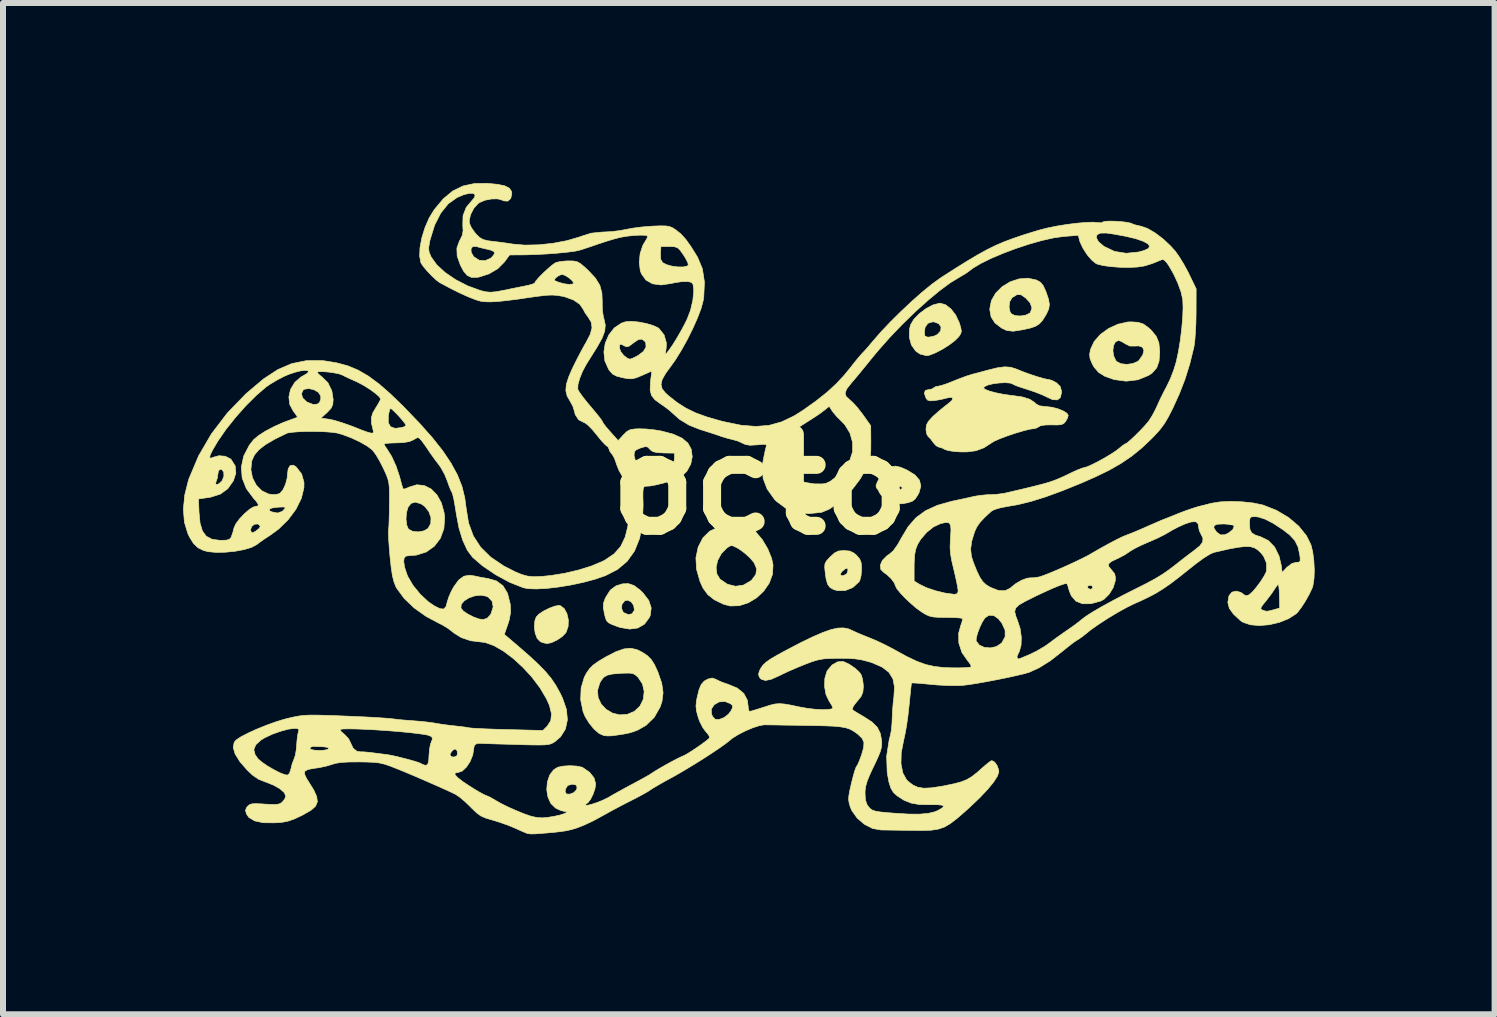
<source format=kicad_pcb>
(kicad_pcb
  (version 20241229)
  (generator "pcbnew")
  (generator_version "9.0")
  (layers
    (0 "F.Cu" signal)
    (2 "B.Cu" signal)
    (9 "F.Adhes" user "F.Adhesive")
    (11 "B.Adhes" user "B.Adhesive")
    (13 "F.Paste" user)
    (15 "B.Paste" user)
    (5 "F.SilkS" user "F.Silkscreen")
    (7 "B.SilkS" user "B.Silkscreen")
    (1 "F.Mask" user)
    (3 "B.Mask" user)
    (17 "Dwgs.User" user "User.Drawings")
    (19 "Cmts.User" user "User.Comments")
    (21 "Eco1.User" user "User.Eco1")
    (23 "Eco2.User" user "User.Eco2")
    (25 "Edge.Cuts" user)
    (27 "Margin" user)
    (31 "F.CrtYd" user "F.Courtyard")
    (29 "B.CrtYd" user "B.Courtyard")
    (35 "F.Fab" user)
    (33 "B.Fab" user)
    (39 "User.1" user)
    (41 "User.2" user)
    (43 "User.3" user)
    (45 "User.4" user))
  (footprint "octo"
    (layer "F.Cu")
    (at 9.613 5.022)
    (property "Reference" "octo" (at 0 0 0) (layer "F.SilkS") (effects (font (size 1.524 1.524) (thickness 0.3))))
    (attr through_hole)
    (fp_poly (pts (xy -3.332 2.017) (xy -3.264 2.066) (xy -3.217 2.151) (xy -3.193 2.257) (xy -3.197 2.367) (xy -3.231 2.464) (xy -3.236 2.472) (xy -3.296 2.534) (xy -3.383 2.593) (xy -3.475 2.636) (xy -3.548 2.651) (xy -3.614 2.637) (xy -3.66 2.619) (xy -3.712 2.566) (xy -3.746 2.478) (xy -3.76 2.373) (xy -3.751 2.269) (xy -3.729 2.209) (xy -3.683 2.16) (xy -3.604 2.108) (xy -3.509 2.061) (xy -3.418 2.027) (xy -3.347 2.015) (xy -3.332 2.017)) (stroke (width 0.01) (type solid)) (fill yes) (layer "F.SilkS"))
    (fp_poly (pts (xy 2.338 -0.288) (xy 2.448 -0.241) (xy 2.58 -0.16) (xy 2.657 -0.072) (xy 2.68 0.027) (xy 2.649 0.139) (xy 2.623 0.186) (xy 2.583 0.244) (xy 2.538 0.279) (xy 2.473 0.302) (xy 2.371 0.322) (xy 2.271 0.32) (xy 2.16 0.28) (xy 2.148 0.275) (xy 2.068 0.223) (xy 2.008 0.165) (xy 1.994 0.141) (xy 1.962 0.082) (xy 1.938 0.053) (xy 1.937 0.042) (xy 2.297 0.042) (xy 2.3 0.056) (xy 2.336 0.084) (xy 2.344 0.085) (xy 2.37 0.063) (xy 2.371 0.056) (xy 2.348 0.032) (xy 2.327 0.028) (xy 2.297 0.042) (xy 1.937 0.042) (xy 1.933 0.018) (xy 1.956 -0.044) (xy 1.998 -0.119) (xy 2.052 -0.192) (xy 2.108 -0.248) (xy 2.113 -0.252) (xy 2.186 -0.294) (xy 2.255 -0.306) (xy 2.338 -0.288)) (stroke (width 0.01) (type solid)) (fill yes) (layer "F.SilkS"))
    (fp_poly (pts (xy -2.099 1.684) (xy -1.999 1.759) (xy -1.949 1.808) (xy -1.853 1.933) (xy -1.813 2.056) (xy -1.828 2.179) (xy -1.844 2.217) (xy -1.924 2.326) (xy -2.035 2.391) (xy -2.173 2.41) (xy -2.332 2.382) (xy -2.362 2.372) (xy -2.463 2.335) (xy -2.524 2.304) (xy -2.559 2.267) (xy -2.579 2.21) (xy -2.595 2.141) (xy -2.607 2.065) (xy -2.308 2.065) (xy -2.279 2.128) (xy -2.268 2.137) (xy -2.194 2.168) (xy -2.132 2.155) (xy -2.097 2.101) (xy -2.094 2.087) (xy -2.105 2.015) (xy -2.146 1.957) (xy -2.202 1.928) (xy -2.252 1.937) (xy -2.299 1.994) (xy -2.308 2.065) (xy -2.607 2.065) (xy -2.611 2.046) (xy -2.607 1.976) (xy -2.58 1.901) (xy -2.567 1.875) (xy -2.494 1.76) (xy -2.4 1.69) (xy -2.293 1.656) (xy -2.192 1.652) (xy -2.099 1.684)) (stroke (width 0.01) (type solid)) (fill yes) (layer "F.SilkS"))
    (fp_poly (pts (xy 1.497 1.11) (xy 1.568 1.145) (xy 1.611 1.183) (xy 1.661 1.242) (xy 1.686 1.304) (xy 1.692 1.391) (xy 1.692 1.416) (xy 1.684 1.519) (xy 1.663 1.599) (xy 1.651 1.621) (xy 1.548 1.716) (xy 1.424 1.767) (xy 1.293 1.77) (xy 1.227 1.751) (xy 1.166 1.716) (xy 1.126 1.661) (xy 1.101 1.572) (xy 1.093 1.516) (xy 1.343 1.516) (xy 1.385 1.52) (xy 1.39 1.519) (xy 1.447 1.487) (xy 1.463 1.444) (xy 1.464 1.398) (xy 1.438 1.398) (xy 1.417 1.408) (xy 1.364 1.452) (xy 1.344 1.483) (xy 1.343 1.516) (xy 1.093 1.516) (xy 1.088 1.48) (xy 1.078 1.384) (xy 1.082 1.323) (xy 1.106 1.276) (xy 1.156 1.221) (xy 1.172 1.204) (xy 1.244 1.14) (xy 1.308 1.109) (xy 1.389 1.101) (xy 1.402 1.101) (xy 1.497 1.11)) (stroke (width 0.01) (type solid)) (fill yes) (layer "F.SilkS"))
    (fp_poly (pts (xy 3.092 -2.994) (xy 3.181 -2.925) (xy 3.26 -2.824) (xy 3.317 -2.702) (xy 3.321 -2.693) (xy 3.347 -2.604) (xy 3.355 -2.55) (xy 3.343 -2.509) (xy 3.312 -2.462) (xy 3.247 -2.397) (xy 3.151 -2.324) (xy 3.038 -2.253) (xy 2.925 -2.194) (xy 2.827 -2.155) (xy 2.773 -2.146) (xy 2.666 -2.173) (xy 2.594 -2.223) (xy 2.523 -2.323) (xy 2.488 -2.451) (xy 2.49 -2.528) (xy 2.738 -2.528) (xy 2.747 -2.475) (xy 2.788 -2.456) (xy 2.816 -2.455) (xy 2.9 -2.472) (xy 2.957 -2.499) (xy 3.011 -2.561) (xy 3.016 -2.626) (xy 2.978 -2.679) (xy 2.902 -2.708) (xy 2.874 -2.709) (xy 2.797 -2.685) (xy 2.75 -2.617) (xy 2.738 -2.528) (xy 2.49 -2.528) (xy 2.492 -2.593) (xy 2.509 -2.66) (xy 2.563 -2.752) (xy 2.654 -2.846) (xy 2.766 -2.93) (xy 2.884 -2.992) (xy 2.99 -3.019) (xy 3.003 -3.02) (xy 3.092 -2.994)) (stroke (width 0.01) (type solid)) (fill yes) (layer "F.SilkS"))
    (fp_poly (pts (xy 4.61 -3.405) (xy 4.612 -3.403) (xy 4.673 -3.369) (xy 4.718 -3.314) (xy 4.76 -3.223) (xy 4.767 -3.205) (xy 4.807 -3.087) (xy 4.822 -3) (xy 4.811 -2.924) (xy 4.773 -2.841) (xy 4.752 -2.805) (xy 4.704 -2.73) (xy 4.653 -2.675) (xy 4.589 -2.635) (xy 4.501 -2.605) (xy 4.378 -2.578) (xy 4.219 -2.553) (xy 4.112 -2.565) (xy 4.029 -2.604) (xy 3.915 -2.691) (xy 3.851 -2.79) (xy 3.829 -2.912) (xy 3.829 -2.926) (xy 3.835 -2.959) (xy 4.15 -2.959) (xy 4.166 -2.877) (xy 4.189 -2.842) (xy 4.252 -2.813) (xy 4.34 -2.807) (xy 4.43 -2.822) (xy 4.496 -2.855) (xy 4.506 -2.866) (xy 4.531 -2.942) (xy 4.5 -3.027) (xy 4.425 -3.109) (xy 4.348 -3.161) (xy 4.28 -3.162) (xy 4.203 -3.114) (xy 4.198 -3.11) (xy 4.161 -3.046) (xy 4.15 -2.959) (xy 3.835 -2.959) (xy 3.855 -3.063) (xy 3.927 -3.188) (xy 4.035 -3.295) (xy 4.167 -3.376) (xy 4.314 -3.425) (xy 4.465 -3.437) (xy 4.61 -3.405)) (stroke (width 0.01) (type solid)) (fill yes) (layer "F.SilkS"))
    (fp_poly (pts (xy 6.298 -2.702) (xy 6.386 -2.674) (xy 6.47 -2.614) (xy 6.52 -2.568) (xy 6.602 -2.469) (xy 6.646 -2.36) (xy 6.66 -2.22) (xy 6.66 -2.204) (xy 6.649 -2.054) (xy 6.61 -1.944) (xy 6.538 -1.861) (xy 6.475 -1.817) (xy 6.295 -1.744) (xy 6.1 -1.721) (xy 5.9 -1.748) (xy 5.898 -1.749) (xy 5.749 -1.801) (xy 5.642 -1.867) (xy 5.566 -1.955) (xy 5.534 -2.013) (xy 5.499 -2.098) (xy 5.492 -2.169) (xy 5.504 -2.231) (xy 5.88 -2.231) (xy 5.892 -2.144) (xy 5.927 -2.067) (xy 5.944 -2.047) (xy 6.013 -2.012) (xy 6.11 -2.001) (xy 6.21 -2.014) (xy 6.293 -2.049) (xy 6.314 -2.067) (xy 6.377 -2.157) (xy 6.397 -2.233) (xy 6.374 -2.286) (xy 6.31 -2.309) (xy 6.255 -2.306) (xy 6.162 -2.306) (xy 6.086 -2.344) (xy 6.023 -2.383) (xy 5.973 -2.399) (xy 5.922 -2.375) (xy 5.89 -2.314) (xy 5.88 -2.231) (xy 5.504 -2.231) (xy 5.508 -2.253) (xy 5.568 -2.382) (xy 5.672 -2.5) (xy 5.808 -2.599) (xy 5.963 -2.67) (xy 6.127 -2.707) (xy 6.183 -2.709) (xy 6.298 -2.702)) (stroke (width 0.01) (type solid)) (fill yes) (layer "F.SilkS"))
    (fp_poly (pts (xy -0.384 0.682) (xy -0.272 0.689) (xy -0.198 0.703) (xy -0.144 0.728) (xy -0.09 0.771) (xy -0.07 0.791) (xy 0.039 0.92) (xy 0.13 1.074) (xy 0.194 1.233) (xy 0.217 1.342) (xy 0.208 1.497) (xy 0.154 1.644) (xy 0.062 1.777) (xy -0.057 1.889) (xy -0.196 1.972) (xy -0.345 2.02) (xy -0.496 2.025) (xy -0.607 1.996) (xy -0.76 1.922) (xy -0.869 1.836) (xy -0.949 1.727) (xy -0.999 1.617) (xy -1.058 1.41) (xy -1.059 1.382) (xy -0.731 1.382) (xy -0.719 1.49) (xy -0.668 1.576) (xy -0.666 1.578) (xy -0.541 1.663) (xy -0.408 1.696) (xy -0.276 1.677) (xy -0.154 1.606) (xy -0.136 1.59) (xy -0.069 1.498) (xy -0.056 1.404) (xy -0.099 1.303) (xy -0.167 1.223) (xy -0.251 1.147) (xy -0.34 1.081) (xy -0.378 1.058) (xy -0.444 1.025) (xy -0.486 1.019) (xy -0.528 1.042) (xy -0.554 1.06) (xy -0.645 1.153) (xy -0.705 1.265) (xy -0.731 1.382) (xy -1.059 1.382) (xy -1.068 1.223) (xy -1.03 1.043) (xy -1.029 1.041) (xy -0.951 0.889) (xy -0.839 0.779) (xy -0.691 0.71) (xy -0.504 0.681) (xy -0.384 0.682)) (stroke (width 0.01) (type solid)) (fill yes) (layer "F.SilkS"))
    (fp_poly (pts (xy -2.053 2.751) (xy -1.961 2.796) (xy -1.876 2.853) (xy -1.813 2.916) (xy -1.759 3) (xy -1.703 3.122) (xy -1.699 3.132) (xy -1.637 3.313) (xy -1.615 3.469) (xy -1.633 3.615) (xy -1.663 3.706) (xy -1.761 3.879) (xy -1.897 4.012) (xy -2.033 4.09) (xy -2.104 4.118) (xy -2.177 4.14) (xy -2.267 4.158) (xy -2.39 4.177) (xy -2.469 4.188) (xy -2.542 4.19) (xy -2.601 4.184) (xy -2.679 4.15) (xy -2.765 4.076) (xy -2.847 3.976) (xy -2.916 3.862) (xy -2.948 3.784) (xy -2.988 3.588) (xy -2.982 3.431) (xy -2.707 3.431) (xy -2.697 3.551) (xy -2.647 3.658) (xy -2.565 3.746) (xy -2.459 3.809) (xy -2.338 3.839) (xy -2.21 3.83) (xy -2.094 3.781) (xy -2 3.693) (xy -1.944 3.578) (xy -1.93 3.45) (xy -1.958 3.324) (xy -2.03 3.215) (xy -2.032 3.213) (xy -2.075 3.174) (xy -2.116 3.152) (xy -2.174 3.143) (xy -2.262 3.144) (xy -2.327 3.147) (xy -2.457 3.158) (xy -2.545 3.178) (xy -2.605 3.213) (xy -2.65 3.272) (xy -2.669 3.306) (xy -2.707 3.431) (xy -2.982 3.431) (xy -2.981 3.393) (xy -2.928 3.213) (xy -2.891 3.143) (xy -2.84 3.07) (xy -2.779 3.009) (xy -2.694 2.948) (xy -2.574 2.876) (xy -2.557 2.867) (xy -2.397 2.785) (xy -2.267 2.74) (xy -2.156 2.729) (xy -2.053 2.751)) (stroke (width 0.01) (type solid)) (fill yes) (layer "F.SilkS"))
    (fp_poly (pts (xy 4.177 -1.953) (xy 4.269 -1.924) (xy 4.276 -1.921) (xy 4.382 -1.878) (xy 4.503 -1.834) (xy 4.622 -1.795) (xy 4.725 -1.765) (xy 4.795 -1.75) (xy 4.808 -1.749) (xy 4.865 -1.734) (xy 4.936 -1.696) (xy 4.942 -1.691) (xy 5.003 -1.632) (xy 5.023 -1.556) (xy 5.024 -1.535) (xy 5.006 -1.45) (xy 4.956 -1.409) (xy 4.875 -1.413) (xy 4.784 -1.455) (xy 4.699 -1.495) (xy 4.584 -1.54) (xy 4.463 -1.581) (xy 4.459 -1.582) (xy 4.355 -1.615) (xy 4.272 -1.644) (xy 4.224 -1.666) (xy 4.221 -1.669) (xy 4.17 -1.689) (xy 4.086 -1.696) (xy 3.987 -1.691) (xy 3.885 -1.678) (xy 3.798 -1.657) (xy 3.74 -1.63) (xy 3.725 -1.607) (xy 3.751 -1.584) (xy 3.821 -1.557) (xy 3.921 -1.529) (xy 4.041 -1.505) (xy 4.167 -1.486) (xy 4.204 -1.482) (xy 4.373 -1.458) (xy 4.496 -1.419) (xy 4.581 -1.362) (xy 4.599 -1.342) (xy 4.658 -1.31) (xy 4.762 -1.298) (xy 4.766 -1.298) (xy 4.863 -1.287) (xy 4.963 -1.261) (xy 5.053 -1.225) (xy 5.115 -1.185) (xy 5.136 -1.151) (xy 5.121 -1.101) (xy 5.092 -1.05) (xy 5.061 -1.015) (xy 5.019 -0.997) (xy 4.949 -0.991) (xy 4.866 -0.993) (xy 4.751 -0.991) (xy 4.674 -0.978) (xy 4.651 -0.965) (xy 4.594 -0.935) (xy 4.57 -0.931) (xy 4.497 -0.921) (xy 4.389 -0.894) (xy 4.26 -0.856) (xy 4.126 -0.811) (xy 4.003 -0.765) (xy 3.907 -0.723) (xy 3.86 -0.695) (xy 3.73 -0.611) (xy 3.599 -0.562) (xy 3.447 -0.542) (xy 3.342 -0.542) (xy 3.231 -0.55) (xy 3.14 -0.564) (xy 3.084 -0.581) (xy 3.08 -0.584) (xy 3.018 -0.614) (xy 2.985 -0.62) (xy 2.937 -0.643) (xy 2.888 -0.696) (xy 2.887 -0.699) (xy 2.842 -0.76) (xy 2.802 -0.799) (xy 2.778 -0.84) (xy 2.766 -0.911) (xy 2.766 -0.922) (xy 2.774 -0.991) (xy 2.806 -1.052) (xy 2.873 -1.125) (xy 2.888 -1.14) (xy 2.98 -1.222) (xy 3.08 -1.303) (xy 3.127 -1.339) (xy 3.195 -1.396) (xy 3.214 -1.436) (xy 3.187 -1.453) (xy 3.114 -1.441) (xy 3.107 -1.439) (xy 3.031 -1.42) (xy 2.935 -1.402) (xy 2.915 -1.399) (xy 2.835 -1.393) (xy 2.791 -1.406) (xy 2.767 -1.437) (xy 2.738 -1.518) (xy 2.754 -1.566) (xy 2.806 -1.58) (xy 2.866 -1.591) (xy 2.893 -1.609) (xy 2.932 -1.632) (xy 2.967 -1.637) (xy 3.019 -1.648) (xy 3.105 -1.676) (xy 3.208 -1.716) (xy 3.224 -1.723) (xy 3.337 -1.768) (xy 3.444 -1.807) (xy 3.523 -1.832) (xy 3.526 -1.833) (xy 3.61 -1.855) (xy 3.719 -1.884) (xy 3.796 -1.905) (xy 3.955 -1.944) (xy 4.077 -1.96) (xy 4.177 -1.953)) (stroke (width 0.01) (type solid)) (fill yes) (layer "F.SilkS"))
    (fp_poly (pts (xy -4.374 -5.001) (xy -4.254 -4.976) (xy -4.178 -4.938) (xy -4.141 -4.885) (xy -4.135 -4.843) (xy -4.154 -4.763) (xy -4.203 -4.721) (xy -4.271 -4.725) (xy -4.293 -4.737) (xy -4.369 -4.758) (xy -4.473 -4.757) (xy -4.582 -4.736) (xy -4.674 -4.697) (xy -4.695 -4.683) (xy -4.768 -4.602) (xy -4.822 -4.499) (xy -4.845 -4.397) (xy -4.841 -4.352) (xy -4.812 -4.284) (xy -4.758 -4.205) (xy -4.731 -4.173) (xy -4.672 -4.115) (xy -4.613 -4.081) (xy -4.535 -4.061) (xy -4.457 -4.051) (xy -4.328 -4.036) (xy -4.192 -4.017) (xy -4.118 -4.005) (xy -3.92 -3.988) (xy -3.69 -3.993) (xy -3.45 -4.018) (xy -3.217 -4.062) (xy -3.013 -4.122) (xy -2.978 -4.135) (xy -2.811 -4.187) (xy -2.637 -4.205) (xy -2.608 -4.206) (xy -2.471 -4.213) (xy -2.322 -4.232) (xy -2.23 -4.25) (xy -2.114 -4.271) (xy -1.968 -4.29) (xy -1.819 -4.302) (xy -1.778 -4.305) (xy -1.651 -4.309) (xy -1.565 -4.307) (xy -1.505 -4.297) (xy -1.454 -4.275) (xy -1.399 -4.239) (xy -1.398 -4.238) (xy -1.317 -4.173) (xy -1.237 -4.085) (xy -1.152 -3.966) (xy -1.053 -3.807) (xy -1.04 -3.785) (xy -0.96 -3.594) (xy -0.926 -3.373) (xy -0.937 -3.126) (xy -0.947 -3.062) (xy -0.98 -2.937) (xy -1.04 -2.778) (xy -1.119 -2.6) (xy -1.211 -2.414) (xy -1.311 -2.235) (xy -1.41 -2.075) (xy -1.478 -1.98) (xy -1.574 -1.848) (xy -1.631 -1.747) (xy -1.649 -1.666) (xy -1.631 -1.595) (xy -1.576 -1.525) (xy -1.524 -1.478) (xy -1.379 -1.364) (xy -1.233 -1.271) (xy -1.075 -1.194) (xy -0.891 -1.127) (xy -0.667 -1.062) (xy -0.594 -1.044) (xy -0.316 -0.987) (xy -0.07 -0.967) (xy 0.152 -0.985) (xy 0.363 -1.044) (xy 0.571 -1.144) (xy 0.72 -1.238) (xy 0.938 -1.394) (xy 1.118 -1.537) (xy 1.269 -1.676) (xy 1.405 -1.822) (xy 1.504 -1.943) (xy 1.579 -2.039) (xy 1.645 -2.119) (xy 1.691 -2.172) (xy 1.703 -2.185) (xy 1.738 -2.221) (xy 1.797 -2.287) (xy 1.867 -2.371) (xy 1.879 -2.385) (xy 2.013 -2.539) (xy 2.173 -2.708) (xy 2.349 -2.882) (xy 2.529 -3.051) (xy 2.704 -3.206) (xy 2.865 -3.337) (xy 3 -3.435) (xy 3.011 -3.443) (xy 3.25 -3.596) (xy 3.452 -3.722) (xy 3.625 -3.825) (xy 3.779 -3.91) (xy 3.923 -3.981) (xy 4.067 -4.043) (xy 4.22 -4.1) (xy 4.39 -4.158) (xy 4.588 -4.219) (xy 4.64 -4.235) (xy 4.779 -4.271) (xy 4.94 -4.304) (xy 5.112 -4.332) (xy 5.28 -4.353) (xy 5.432 -4.366) (xy 5.555 -4.37) (xy 5.634 -4.362) (xy 5.69 -4.36) (xy 5.715 -4.374) (xy 5.749 -4.384) (xy 5.822 -4.388) (xy 5.918 -4.386) (xy 6.02 -4.379) (xy 6.112 -4.368) (xy 6.177 -4.354) (xy 6.195 -4.346) (xy 6.239 -4.328) (xy 6.314 -4.31) (xy 6.344 -4.304) (xy 6.453 -4.267) (xy 6.581 -4.193) (xy 6.715 -4.092) (xy 6.842 -3.973) (xy 6.922 -3.883) (xy 6.988 -3.789) (xy 7.063 -3.666) (xy 7.134 -3.536) (xy 7.151 -3.5) (xy 7.267 -3.26) (xy 7.266 -2.85) (xy 7.263 -2.689) (xy 7.255 -2.533) (xy 7.245 -2.399) (xy 7.232 -2.302) (xy 7.229 -2.286) (xy 7.159 -2.002) (xy 7.081 -1.752) (xy 6.987 -1.51) (xy 6.88 -1.274) (xy 6.804 -1.125) (xy 6.736 -1.01) (xy 6.661 -0.91) (xy 6.566 -0.806) (xy 6.521 -0.76) (xy 6.357 -0.605) (xy 6.192 -0.471) (xy 6.015 -0.351) (xy 5.816 -0.237) (xy 5.582 -0.124) (xy 5.348 -0.021) (xy 5.034 0.106) (xy 4.758 0.207) (xy 4.514 0.283) (xy 4.293 0.337) (xy 4.118 0.367) (xy 4.001 0.39) (xy 3.907 0.418) (xy 3.856 0.445) (xy 3.742 0.55) (xy 3.663 0.635) (xy 3.611 0.711) (xy 3.575 0.79) (xy 3.575 0.79) (xy 3.527 0.947) (xy 3.51 1.076) (xy 3.522 1.195) (xy 3.555 1.298) (xy 3.614 1.445) (xy 3.664 1.548) (xy 3.713 1.62) (xy 3.768 1.671) (xy 3.836 1.713) (xy 3.971 1.766) (xy 4.082 1.771) (xy 4.171 1.727) (xy 4.183 1.715) (xy 4.265 1.65) (xy 4.361 1.595) (xy 4.451 1.562) (xy 4.501 1.556) (xy 4.568 1.554) (xy 4.651 1.541) (xy 4.655 1.54) (xy 4.721 1.518) (xy 4.826 1.477) (xy 4.955 1.423) (xy 5.096 1.361) (xy 5.237 1.296) (xy 5.364 1.235) (xy 5.465 1.184) (xy 5.503 1.162) (xy 5.657 1.073) (xy 5.807 0.99) (xy 5.941 0.919) (xy 6.047 0.868) (xy 6.096 0.848) (xy 6.212 0.803) (xy 6.35 0.745) (xy 6.519 0.67) (xy 6.607 0.632) (xy 6.681 0.6) (xy 6.703 0.591) (xy 6.755 0.571) (xy 6.843 0.536) (xy 6.949 0.493) (xy 6.973 0.483) (xy 7.092 0.438) (xy 7.207 0.398) (xy 7.297 0.37) (xy 7.305 0.368) (xy 7.41 0.342) (xy 7.515 0.315) (xy 7.528 0.312) (xy 7.67 0.29) (xy 7.845 0.282) (xy 8.034 0.289) (xy 8.216 0.308) (xy 8.37 0.34) (xy 8.382 0.343) (xy 8.605 0.431) (xy 8.806 0.55) (xy 8.976 0.694) (xy 9.105 0.854) (xy 9.179 1.003) (xy 9.209 1.124) (xy 9.228 1.27) (xy 9.236 1.425) (xy 9.231 1.569) (xy 9.213 1.685) (xy 9.202 1.722) (xy 9.15 1.832) (xy 9.085 1.948) (xy 9.016 2.054) (xy 8.956 2.132) (xy 8.935 2.153) (xy 8.807 2.236) (xy 8.653 2.298) (xy 8.487 2.337) (xy 8.322 2.351) (xy 8.171 2.338) (xy 8.049 2.297) (xy 8.006 2.269) (xy 7.888 2.159) (xy 7.819 2.062) (xy 7.819 2.06) (xy 8.344 2.06) (xy 8.351 2.081) (xy 8.372 2.092) (xy 8.418 2.109) (xy 8.454 2.112) (xy 8.504 2.102) (xy 8.556 2.088) (xy 8.659 2.059) (xy 8.655 1.862) (xy 8.651 1.765) (xy 8.644 1.695) (xy 8.636 1.666) (xy 8.635 1.665) (xy 8.612 1.687) (xy 8.576 1.74) (xy 8.571 1.747) (xy 8.525 1.817) (xy 8.459 1.904) (xy 8.422 1.951) (xy 8.366 2.02) (xy 8.344 2.06) (xy 7.819 2.06) (xy 7.795 1.967) (xy 7.811 1.867) (xy 7.817 1.85) (xy 7.864 1.794) (xy 7.936 1.777) (xy 8.015 1.8) (xy 8.047 1.824) (xy 8.091 1.854) (xy 8.132 1.846) (xy 8.163 1.828) (xy 8.212 1.782) (xy 8.276 1.706) (xy 8.342 1.617) (xy 8.398 1.529) (xy 8.433 1.461) (xy 8.44 1.439) (xy 8.439 1.309) (xy 8.392 1.198) (xy 8.345 1.139) (xy 8.292 1.089) (xy 8.236 1.055) (xy 8.169 1.036) (xy 8.081 1.034) (xy 7.965 1.047) (xy 7.813 1.075) (xy 7.617 1.12) (xy 7.562 1.132) (xy 7.495 1.162) (xy 7.394 1.225) (xy 7.269 1.316) (xy 7.158 1.404) (xy 6.984 1.543) (xy 6.841 1.652) (xy 6.715 1.739) (xy 6.595 1.813) (xy 6.468 1.88) (xy 6.322 1.949) (xy 6.237 1.986) (xy 6.109 2.049) (xy 5.957 2.133) (xy 5.796 2.23) (xy 5.644 2.329) (xy 5.514 2.42) (xy 5.445 2.476) (xy 5.369 2.536) (xy 5.299 2.585) (xy 5.282 2.594) (xy 5.23 2.629) (xy 5.151 2.689) (xy 5.059 2.763) (xy 5.035 2.783) (xy 4.838 2.937) (xy 4.651 3.054) (xy 4.487 3.129) (xy 4.401 3.154) (xy 4.273 3.184) (xy 4.115 3.219) (xy 3.942 3.254) (xy 3.768 3.287) (xy 3.604 3.316) (xy 3.466 3.337) (xy 3.373 3.348) (xy 3.259 3.352) (xy 3.112 3.349) (xy 2.954 3.341) (xy 2.854 3.332) (xy 2.726 3.32) (xy 2.621 3.311) (xy 2.55 3.307) (xy 2.525 3.308) (xy 2.52 3.337) (xy 2.511 3.413) (xy 2.5 3.522) (xy 2.487 3.656) (xy 2.484 3.683) (xy 2.466 3.846) (xy 2.443 4.013) (xy 2.416 4.162) (xy 2.393 4.266) (xy 2.353 4.472) (xy 2.349 4.654) (xy 2.379 4.806) (xy 2.442 4.92) (xy 2.465 4.944) (xy 2.546 5.007) (xy 2.629 5.045) (xy 2.729 5.061) (xy 2.855 5.055) (xy 3.02 5.03) (xy 3.065 5.022) (xy 3.228 4.988) (xy 3.35 4.956) (xy 3.446 4.918) (xy 3.53 4.868) (xy 3.618 4.799) (xy 3.684 4.74) (xy 3.762 4.672) (xy 3.825 4.622) (xy 3.86 4.601) (xy 3.862 4.6) (xy 3.909 4.625) (xy 3.951 4.684) (xy 3.977 4.759) (xy 3.979 4.788) (xy 3.957 4.858) (xy 3.894 4.957) (xy 3.793 5.08) (xy 3.659 5.222) (xy 3.496 5.377) (xy 3.414 5.451) (xy 3.279 5.568) (xy 3.169 5.652) (xy 3.071 5.709) (xy 2.969 5.743) (xy 2.851 5.761) (xy 2.703 5.766) (xy 2.54 5.764) (xy 2.383 5.762) (xy 2.237 5.76) (xy 2.115 5.758) (xy 2.032 5.757) (xy 2.017 5.757) (xy 1.876 5.732) (xy 1.738 5.661) (xy 1.618 5.558) (xy 1.529 5.432) (xy 1.505 5.375) (xy 1.486 5.311) (xy 1.477 5.255) (xy 1.48 5.191) (xy 1.495 5.103) (xy 1.523 4.98) (xy 1.552 4.865) (xy 1.579 4.771) (xy 1.6 4.712) (xy 1.608 4.699) (xy 1.629 4.667) (xy 1.659 4.595) (xy 1.693 4.503) (xy 1.727 4.383) (xy 1.732 4.299) (xy 1.703 4.232) (xy 1.637 4.167) (xy 1.601 4.139) (xy 1.548 4.103) (xy 1.493 4.075) (xy 1.428 4.054) (xy 1.345 4.039) (xy 1.235 4.028) (xy 1.09 4.022) (xy 0.902 4.017) (xy 0.762 4.015) (xy 0.579 4.012) (xy 0.409 4.01) (xy 0.262 4.007) (xy 0.148 4.006) (xy 0.079 4.005) (xy 0.073 4.004) (xy -0.009 4.018) (xy -0.12 4.054) (xy -0.245 4.107) (xy -0.364 4.168) (xy -0.462 4.229) (xy -0.498 4.259) (xy -0.566 4.313) (xy -0.672 4.389) (xy -0.807 4.48) (xy -0.96 4.579) (xy -1.121 4.679) (xy -1.279 4.774) (xy -1.424 4.858) (xy -1.468 4.882) (xy -1.593 4.95) (xy -1.703 5.013) (xy -1.786 5.062) (xy -1.832 5.092) (xy -1.834 5.094) (xy -1.876 5.121) (xy -1.956 5.166) (xy -2.062 5.223) (xy -2.159 5.272) (xy -2.305 5.347) (xy -2.463 5.431) (xy -2.606 5.51) (xy -2.667 5.544) (xy -2.794 5.612) (xy -2.929 5.675) (xy -3.046 5.721) (xy -3.07 5.729) (xy -3.149 5.752) (xy -3.23 5.77) (xy -3.325 5.784) (xy -3.446 5.798) (xy -3.603 5.811) (xy -3.745 5.822) (xy -3.82 5.823) (xy -3.872 5.817) (xy -3.915 5.8) (xy -3.992 5.767) (xy -4.082 5.726) (xy -4.203 5.676) (xy -4.346 5.626) (xy -4.461 5.591) (xy -4.572 5.558) (xy -4.653 5.522) (xy -4.725 5.469) (xy -4.809 5.388) (xy -4.824 5.372) (xy -4.913 5.286) (xy -5.002 5.211) (xy -5.073 5.163) (xy -5.081 5.159) (xy -5.208 5.099) (xy -5.373 5.025) (xy -5.558 4.944) (xy -5.749 4.861) (xy -5.93 4.785) (xy -6.033 4.743) (xy -6.157 4.694) (xy -6.253 4.661) (xy -6.338 4.641) (xy -6.429 4.63) (xy -6.544 4.625) (xy -6.668 4.623) (xy -6.843 4.624) (xy -6.974 4.631) (xy -7.07 4.646) (xy -7.133 4.665) (xy -7.23 4.694) (xy -7.35 4.719) (xy -7.422 4.729) (xy -7.528 4.748) (xy -7.583 4.777) (xy -7.589 4.827) (xy -7.552 4.905) (xy -7.528 4.942) (xy -7.437 5.088) (xy -7.386 5.2) (xy -7.375 5.289) (xy -7.406 5.362) (xy -7.482 5.429) (xy -7.604 5.499) (xy -7.636 5.516) (xy -7.761 5.574) (xy -7.861 5.609) (xy -7.962 5.629) (xy -8.087 5.638) (xy -8.278 5.636) (xy -8.421 5.605) (xy -8.517 5.547) (xy -8.556 5.491) (xy -8.573 5.429) (xy -8.552 5.379) (xy -8.539 5.364) (xy -8.508 5.337) (xy -8.468 5.322) (xy -8.405 5.318) (xy -8.305 5.322) (xy -8.252 5.326) (xy -8.131 5.332) (xy -8.052 5.331) (xy -8.001 5.32) (xy -7.964 5.297) (xy -7.958 5.291) (xy -7.916 5.235) (xy -7.902 5.19) (xy -7.928 5.133) (xy -7.998 5.071) (xy -8.101 5.012) (xy -8.227 4.961) (xy -8.241 4.957) (xy -8.354 4.912) (xy -8.455 4.843) (xy -8.541 4.762) (xy -8.666 4.619) (xy -8.745 4.491) (xy -8.767 4.417) (xy -8.434 4.417) (xy -8.412 4.503) (xy -8.362 4.573) (xy -8.299 4.627) (xy -8.209 4.689) (xy -8.105 4.75) (xy -8.004 4.802) (xy -7.92 4.835) (xy -7.874 4.843) (xy -7.84 4.815) (xy -7.817 4.746) (xy -7.816 4.741) (xy -7.794 4.652) (xy -7.764 4.576) (xy -7.764 4.576) (xy -7.742 4.511) (xy -7.726 4.415) (xy -7.724 4.396) (xy -7.5 4.396) (xy -7.482 4.415) (xy -7.427 4.427) (xy -7.351 4.432) (xy -7.273 4.429) (xy -7.21 4.418) (xy -7.183 4.403) (xy -7.196 4.384) (xy -7.257 4.372) (xy -7.294 4.37) (xy -7.379 4.367) (xy -7.442 4.364) (xy -7.455 4.363) (xy -7.493 4.383) (xy -7.5 4.396) (xy -7.724 4.396) (xy -7.721 4.35) (xy -7.713 4.249) (xy -7.701 4.163) (xy -7.692 4.128) (xy -7.683 4.085) (xy -6.999 4.085) (xy -6.978 4.117) (xy -6.928 4.162) (xy -6.917 4.171) (xy -6.855 4.237) (xy -6.817 4.313) (xy -6.816 4.317) (xy -6.778 4.396) (xy -6.715 4.446) (xy -6.653 4.455) (xy -6.609 4.455) (xy -6.519 4.463) (xy -6.379 4.48) (xy -6.195 4.504) (xy -6.131 4.516) (xy -6.045 4.535) (xy -6.025 4.54) (xy -5.864 4.581) (xy -5.75 4.613) (xy -5.677 4.637) (xy -5.638 4.656) (xy -5.631 4.661) (xy -5.581 4.679) (xy -5.56 4.678) (xy -5.533 4.656) (xy -5.519 4.596) (xy -5.515 4.515) (xy -5.514 4.505) (xy -5.165 4.505) (xy -5.144 4.536) (xy -5.098 4.542) (xy -5.055 4.523) (xy -5.043 4.506) (xy -5.044 4.45) (xy -5.052 4.43) (xy -5.079 4.406) (xy -5.118 4.427) (xy -5.12 4.429) (xy -5.157 4.477) (xy -5.165 4.505) (xy -5.514 4.505) (xy -5.507 4.415) (xy -5.491 4.329) (xy -5.478 4.296) (xy -5.457 4.238) (xy -5.472 4.201) (xy -5.533 4.177) (xy -5.594 4.165) (xy -5.721 4.148) (xy -5.874 4.131) (xy -6.045 4.115) (xy -6.224 4.101) (xy -6.403 4.089) (xy -6.574 4.08) (xy -6.727 4.074) (xy -6.854 4.072) (xy -6.946 4.074) (xy -6.994 4.08) (xy -6.999 4.085) (xy -7.683 4.085) (xy -7.683 4.083) (xy -7.709 4.066) (xy -7.755 4.064) (xy -7.859 4.077) (xy -7.99 4.113) (xy -8.128 4.162) (xy -8.251 4.22) (xy -8.311 4.256) (xy -8.4 4.336) (xy -8.434 4.417) (xy -8.767 4.417) (xy -8.777 4.383) (xy -8.761 4.297) (xy -8.728 4.257) (xy -8.648 4.204) (xy -8.528 4.142) (xy -8.381 4.075) (xy -8.221 4.011) (xy -8.061 3.953) (xy -7.915 3.909) (xy -7.891 3.903) (xy -7.782 3.877) (xy -7.689 3.859) (xy -7.601 3.848) (xy -7.504 3.843) (xy -7.384 3.843) (xy -7.228 3.847) (xy -7.126 3.85) (xy -6.837 3.862) (xy -6.588 3.873) (xy -6.384 3.884) (xy -6.227 3.895) (xy -6.122 3.905) (xy -6.096 3.908) (xy -6.036 3.916) (xy -5.938 3.925) (xy -5.819 3.934) (xy -5.771 3.938) (xy -5.641 3.948) (xy -5.519 3.962) (xy -5.425 3.975) (xy -5.405 3.979) (xy -5.315 3.994) (xy -5.198 4.01) (xy -5.1 4.021) (xy -4.992 4.033) (xy -4.899 4.045) (xy -4.846 4.055) (xy -4.799 4.06) (xy -4.706 4.066) (xy -4.576 4.072) (xy -4.417 4.078) (xy -4.241 4.083) (xy -4.2 4.084) (xy -3.617 4.099) (xy -3.544 4.026) (xy -3.486 3.935) (xy -3.474 3.822) (xy -3.508 3.682) (xy -3.557 3.573) (xy -3.664 3.391) (xy -3.798 3.213) (xy -3.95 3.047) (xy -4.111 2.9) (xy -4.274 2.777) (xy -4.432 2.686) (xy -4.576 2.634) (xy -4.656 2.624) (xy -4.821 2.604) (xy -4.979 2.55) (xy -5.107 2.47) (xy -5.122 2.456) (xy -5.201 2.396) (xy -5.3 2.336) (xy -5.343 2.316) (xy -5.566 2.197) (xy -5.765 2.055) (xy -5.93 1.897) (xy -6.05 1.733) (xy -6.068 1.701) (xy -6.098 1.625) (xy -6.124 1.523) (xy -6.145 1.385) (xy -6.164 1.208) (xy -6.177 1.06) (xy -6.186 0.926) (xy -6.19 0.819) (xy -6.189 0.753) (xy -6.188 0.748) (xy -6.183 0.687) (xy -6.179 0.584) (xy -6.179 0.577) (xy -5.898 0.577) (xy -5.887 0.674) (xy -5.859 0.741) (xy -5.854 0.746) (xy -5.784 0.782) (xy -5.69 0.79) (xy -5.596 0.772) (xy -5.532 0.734) (xy -5.486 0.652) (xy -5.482 0.553) (xy -5.517 0.453) (xy -5.585 0.366) (xy -5.646 0.324) (xy -5.742 0.294) (xy -5.816 0.316) (xy -5.866 0.383) (xy -5.891 0.473) (xy -5.898 0.577) (xy -6.179 0.577) (xy -6.176 0.454) (xy -6.174 0.31) (xy -6.174 0.307) (xy -6.174 0.159) (xy -6.176 0.052) (xy -6.185 -0.029) (xy -6.202 -0.098) (xy -6.23 -0.171) (xy -6.272 -0.263) (xy -6.279 -0.277) (xy -6.337 -0.39) (xy -6.397 -0.492) (xy -6.45 -0.564) (xy -6.463 -0.578) (xy -6.549 -0.643) (xy -6.604 -0.674) (xy -6.265 -0.674) (xy -6.25 -0.642) (xy -6.214 -0.589) (xy -6.136 -0.465) (xy -6.064 -0.306) (xy -6.006 -0.133) (xy -5.998 -0.102) (xy -5.974 -0.012) (xy -5.954 0.053) (xy -5.944 0.077) (xy -5.914 0.073) (xy -5.855 0.049) (xy -5.846 0.044) (xy -5.718 0.005) (xy -5.594 0.018) (xy -5.48 0.075) (xy -5.383 0.173) (xy -5.309 0.306) (xy -5.264 0.469) (xy -5.254 0.55) (xy -5.267 0.736) (xy -5.326 0.898) (xy -5.426 1.029) (xy -5.561 1.125) (xy -5.725 1.177) (xy -5.83 1.185) (xy -5.896 1.193) (xy -5.929 1.223) (xy -5.936 1.285) (xy -5.922 1.379) (xy -5.873 1.525) (xy -5.783 1.679) (xy -5.663 1.827) (xy -5.526 1.955) (xy -5.425 2.024) (xy -5.331 2.07) (xy -5.269 2.075) (xy -5.255 2.06) (xy -4.983 2.06) (xy -4.981 2.063) (xy -4.942 2.11) (xy -4.866 2.161) (xy -4.773 2.208) (xy -4.683 2.241) (xy -4.614 2.251) (xy -4.546 2.23) (xy -4.494 2.174) (xy -4.478 2.145) (xy -4.446 2.039) (xy -4.463 1.947) (xy -4.526 1.879) (xy -4.563 1.861) (xy -4.655 1.845) (xy -4.756 1.857) (xy -4.851 1.89) (xy -4.929 1.94) (xy -4.978 1.998) (xy -4.983 2.06) (xy -5.255 2.06) (xy -5.232 2.035) (xy -5.213 1.964) (xy -5.189 1.885) (xy -5.145 1.784) (xy -5.104 1.708) (xy -5.021 1.593) (xy -4.935 1.529) (xy -4.839 1.512) (xy -4.764 1.523) (xy -4.676 1.542) (xy -4.57 1.561) (xy -4.539 1.565) (xy -4.392 1.607) (xy -4.282 1.689) (xy -4.207 1.813) (xy -4.164 1.982) (xy -4.16 2.008) (xy -4.156 2.131) (xy -4.177 2.252) (xy -4.201 2.328) (xy -4.26 2.498) (xy -4.183 2.563) (xy -4.106 2.629) (xy -4.034 2.69) (xy -3.845 2.855) (xy -3.694 2.995) (xy -3.574 3.118) (xy -3.478 3.234) (xy -3.399 3.352) (xy -3.33 3.478) (xy -3.292 3.556) (xy -3.225 3.748) (xy -3.209 3.922) (xy -3.242 4.076) (xy -3.323 4.205) (xy -3.415 4.284) (xy -3.45 4.306) (xy -3.485 4.322) (xy -3.529 4.333) (xy -3.59 4.339) (xy -3.678 4.341) (xy -3.801 4.34) (xy -3.968 4.336) (xy -4.055 4.333) (xy -4.225 4.328) (xy -4.376 4.324) (xy -4.498 4.32) (xy -4.582 4.317) (xy -4.62 4.315) (xy -4.621 4.315) (xy -4.71 4.313) (xy -4.758 4.344) (xy -4.77 4.401) (xy -4.786 4.508) (xy -4.83 4.616) (xy -4.891 4.709) (xy -4.961 4.775) (xy -5.027 4.798) (xy -5.078 4.807) (xy -5.083 4.834) (xy -5.04 4.882) (xy -4.949 4.953) (xy -4.874 5.003) (xy -4.766 5.072) (xy -4.669 5.13) (xy -4.596 5.169) (xy -4.571 5.179) (xy -4.502 5.209) (xy -4.42 5.255) (xy -4.403 5.266) (xy -4.317 5.315) (xy -4.198 5.374) (xy -4.063 5.434) (xy -3.933 5.487) (xy -3.827 5.524) (xy -3.796 5.533) (xy -3.707 5.551) (xy -3.623 5.555) (xy -3.524 5.545) (xy -3.427 5.529) (xy -3.332 5.508) (xy -3.261 5.485) (xy -3.223 5.465) (xy -3.225 5.451) (xy -3.261 5.447) (xy -3.321 5.432) (xy -3.397 5.397) (xy -3.406 5.392) (xy -3.486 5.314) (xy -3.534 5.207) (xy -3.547 5.125) (xy -3.246 5.125) (xy -3.224 5.158) (xy -3.169 5.16) (xy -3.103 5.135) (xy -3.058 5.089) (xy -3.048 5.051) (xy -3.062 5.009) (xy -3.115 4.996) (xy -3.13 4.995) (xy -3.204 5.015) (xy -3.241 5.075) (xy -3.246 5.125) (xy -3.547 5.125) (xy -3.553 5.083) (xy -3.543 4.957) (xy -3.504 4.842) (xy -3.438 4.754) (xy -3.371 4.712) (xy -3.282 4.693) (xy -3.169 4.686) (xy -3.057 4.692) (xy -2.97 4.71) (xy -2.954 4.717) (xy -2.84 4.795) (xy -2.765 4.889) (xy -2.738 4.987) (xy -2.738 4.988) (xy -2.75 5.07) (xy -2.782 5.163) (xy -2.824 5.247) (xy -2.868 5.303) (xy -2.885 5.313) (xy -2.909 5.334) (xy -2.906 5.343) (xy -2.871 5.345) (xy -2.801 5.328) (xy -2.71 5.298) (xy -2.615 5.259) (xy -2.531 5.218) (xy -2.512 5.207) (xy -2.446 5.168) (xy -2.345 5.112) (xy -2.225 5.046) (xy -2.131 4.996) (xy -2.014 4.933) (xy -1.914 4.878) (xy -1.842 4.837) (xy -1.813 4.818) (xy -1.761 4.784) (xy -1.677 4.733) (xy -1.574 4.674) (xy -1.468 4.616) (xy -1.374 4.567) (xy -1.306 4.534) (xy -1.288 4.527) (xy -1.238 4.503) (xy -1.159 4.455) (xy -1.066 4.394) (xy -0.974 4.33) (xy -0.896 4.272) (xy -0.848 4.231) (xy -0.842 4.223) (xy -0.848 4.188) (xy -0.887 4.135) (xy -0.9 4.123) (xy -0.953 4.051) (xy -1.005 3.949) (xy -1.029 3.882) (xy -1.058 3.776) (xy -1.061 3.744) (xy -0.812 3.744) (xy -0.808 3.825) (xy -0.789 3.868) (xy -0.745 3.914) (xy -0.68 3.916) (xy -0.597 3.883) (xy -0.526 3.828) (xy -0.48 3.767) (xy -0.455 3.711) (xy -0.464 3.677) (xy -0.493 3.652) (xy -0.583 3.616) (xy -0.682 3.623) (xy -0.762 3.669) (xy -0.812 3.744) (xy -1.061 3.744) (xy -1.067 3.693) (xy -1.058 3.603) (xy -1.047 3.547) (xy -1.015 3.418) (xy -0.979 3.332) (xy -0.93 3.277) (xy -0.869 3.243) (xy -0.797 3.225) (xy -0.736 3.246) (xy -0.727 3.251) (xy -0.66 3.284) (xy -0.569 3.318) (xy -0.538 3.327) (xy -0.379 3.393) (xy -0.27 3.482) (xy -0.21 3.596) (xy -0.198 3.696) (xy -0.191 3.756) (xy -0.176 3.782) (xy -0.176 3.782) (xy -0.14 3.774) (xy -0.065 3.752) (xy 0.035 3.72) (xy 0.07 3.709) (xy 0.17 3.677) (xy 0.249 3.658) (xy 0.322 3.652) (xy 0.404 3.658) (xy 0.511 3.676) (xy 0.657 3.707) (xy 0.663 3.708) (xy 0.786 3.73) (xy 0.913 3.745) (xy 1.031 3.752) (xy 1.129 3.75) (xy 1.193 3.74) (xy 1.214 3.724) (xy 1.198 3.684) (xy 1.16 3.622) (xy 1.152 3.611) (xy 1.1 3.503) (xy 1.076 3.369) (xy 1.08 3.232) (xy 1.115 3.115) (xy 1.125 3.097) (xy 1.202 3.007) (xy 1.292 2.956) (xy 1.381 2.949) (xy 1.393 2.952) (xy 1.486 2.995) (xy 1.581 3.06) (xy 1.657 3.13) (xy 1.689 3.177) (xy 1.71 3.251) (xy 1.721 3.346) (xy 1.722 3.374) (xy 1.714 3.46) (xy 1.686 3.529) (xy 1.625 3.607) (xy 1.618 3.614) (xy 1.562 3.685) (xy 1.537 3.737) (xy 1.541 3.753) (xy 1.577 3.779) (xy 1.648 3.822) (xy 1.733 3.872) (xy 1.866 3.958) (xy 1.954 4.045) (xy 2.004 4.146) (xy 2.025 4.257) (xy 2.029 4.324) (xy 2.022 4.386) (xy 2.002 4.457) (xy 1.964 4.549) (xy 1.905 4.676) (xy 1.894 4.697) (xy 1.828 4.839) (xy 1.785 4.945) (xy 1.761 5.029) (xy 1.751 5.107) (xy 1.75 5.149) (xy 1.757 5.257) (xy 1.782 5.332) (xy 1.813 5.376) (xy 1.843 5.407) (xy 1.878 5.429) (xy 1.928 5.444) (xy 2.005 5.457) (xy 2.119 5.468) (xy 2.244 5.478) (xy 2.477 5.492) (xy 2.661 5.493) (xy 2.805 5.48) (xy 2.916 5.453) (xy 2.966 5.431) (xy 3.037 5.39) (xy 3.061 5.361) (xy 3.036 5.344) (xy 2.959 5.336) (xy 2.832 5.336) (xy 2.657 5.333) (xy 2.519 5.309) (xy 2.399 5.261) (xy 2.284 5.187) (xy 2.224 5.132) (xy 2.181 5.061) (xy 2.149 4.962) (xy 2.123 4.822) (xy 2.119 4.789) (xy 2.11 4.528) (xy 2.153 4.252) (xy 2.173 4.177) (xy 2.189 4.093) (xy 2.199 3.982) (xy 2.202 3.909) (xy 2.207 3.785) (xy 2.219 3.642) (xy 2.23 3.549) (xy 2.241 3.376) (xy 2.215 3.239) (xy 2.148 3.13) (xy 2.035 3.043) (xy 1.872 2.972) (xy 1.823 2.956) (xy 1.706 2.925) (xy 1.59 2.906) (xy 1.454 2.897) (xy 1.312 2.896) (xy 1.168 2.899) (xy 1.06 2.906) (xy 0.969 2.922) (xy 0.874 2.95) (xy 0.755 2.995) (xy 0.744 2.999) (xy 0.608 3.055) (xy 0.467 3.116) (xy 0.348 3.173) (xy 0.315 3.189) (xy 0.185 3.247) (xy 0.089 3.266) (xy 0.021 3.245) (xy -0.011 3.21) (xy -0.025 3.163) (xy -0.008 3.103) (xy 0.017 3.056) (xy 0.052 3.008) (xy 0.103 2.96) (xy 0.18 2.906) (xy 0.292 2.841) (xy 0.426 2.768) (xy 0.672 2.639) (xy 0.877 2.54) (xy 1.045 2.467) (xy 1.183 2.418) (xy 1.297 2.393) (xy 1.392 2.39) (xy 1.475 2.406) (xy 1.54 2.435) (xy 1.608 2.467) (xy 1.708 2.509) (xy 1.818 2.553) (xy 1.82 2.554) (xy 1.939 2.603) (xy 2.08 2.67) (xy 2.219 2.742) (xy 2.258 2.764) (xy 2.452 2.87) (xy 2.615 2.947) (xy 2.76 3) (xy 2.903 3.032) (xy 3.056 3.05) (xy 3.185 3.055) (xy 3.312 3.056) (xy 3.418 3.053) (xy 3.49 3.047) (xy 3.516 3.041) (xy 3.513 3.009) (xy 3.477 2.957) (xy 3.464 2.942) (xy 3.365 2.801) (xy 3.313 2.642) (xy 3.312 2.608) (xy 3.601 2.608) (xy 3.602 2.609) (xy 3.655 2.677) (xy 3.74 2.715) (xy 3.841 2.723) (xy 3.941 2.7) (xy 4.024 2.644) (xy 4.029 2.638) (xy 4.084 2.538) (xy 4.084 2.428) (xy 4.029 2.309) (xy 3.971 2.237) (xy 3.895 2.184) (xy 3.815 2.179) (xy 3.749 2.223) (xy 3.706 2.288) (xy 3.663 2.377) (xy 3.627 2.473) (xy 3.604 2.555) (xy 3.601 2.608) (xy 3.312 2.608) (xy 3.31 2.477) (xy 3.345 2.351) (xy 3.368 2.282) (xy 3.373 2.238) (xy 3.37 2.232) (xy 3.336 2.225) (xy 3.26 2.219) (xy 3.154 2.216) (xy 3.094 2.215) (xy 2.969 2.214) (xy 2.882 2.207) (xy 2.816 2.191) (xy 2.754 2.162) (xy 2.691 2.123) (xy 2.686 2.119) (xy 4.244 2.119) (xy 4.265 2.202) (xy 4.289 2.262) (xy 4.334 2.4) (xy 4.354 2.545) (xy 4.35 2.679) (xy 4.321 2.784) (xy 4.31 2.803) (xy 4.282 2.865) (xy 4.291 2.902) (xy 4.309 2.907) (xy 4.339 2.897) (xy 4.405 2.87) (xy 4.492 2.834) (xy 4.612 2.775) (xy 4.741 2.699) (xy 4.82 2.644) (xy 4.931 2.561) (xy 5.055 2.473) (xy 5.132 2.42) (xy 5.226 2.354) (xy 5.311 2.29) (xy 5.361 2.249) (xy 5.43 2.197) (xy 5.542 2.125) (xy 5.69 2.039) (xy 5.865 1.943) (xy 6.058 1.841) (xy 6.251 1.744) (xy 6.436 1.651) (xy 6.582 1.572) (xy 6.703 1.499) (xy 6.813 1.423) (xy 6.926 1.337) (xy 6.947 1.32) (xy 7.051 1.238) (xy 7.161 1.154) (xy 7.231 1.102) (xy 7.329 1.023) (xy 7.377 0.956) (xy 7.38 0.892) (xy 7.354 0.841) (xy 7.32 0.771) (xy 7.311 0.725) (xy 7.562 0.725) (xy 7.605 0.789) (xy 7.61 0.795) (xy 7.672 0.84) (xy 7.744 0.838) (xy 7.798 0.814) (xy 7.876 0.755) (xy 7.902 0.691) (xy 7.876 0.676) (xy 7.81 0.664) (xy 7.754 0.66) (xy 8.156 0.66) (xy 8.163 0.75) (xy 8.193 0.807) (xy 8.257 0.845) (xy 8.342 0.872) (xy 8.471 0.935) (xy 8.575 1.043) (xy 8.648 1.192) (xy 8.683 1.339) (xy 8.7 1.466) (xy 8.778 1.382) (xy 8.864 1.316) (xy 8.933 1.298) (xy 8.98 1.295) (xy 9 1.275) (xy 9 1.224) (xy 8.993 1.171) (xy 8.965 1.041) (xy 8.913 0.936) (xy 8.827 0.842) (xy 8.714 0.754) (xy 8.549 0.646) (xy 8.414 0.577) (xy 8.303 0.542) (xy 8.244 0.536) (xy 8.189 0.54) (xy 8.164 0.561) (xy 8.157 0.615) (xy 8.156 0.66) (xy 7.754 0.66) (xy 7.733 0.658) (xy 7.624 0.662) (xy 7.568 0.684) (xy 7.562 0.725) (xy 7.311 0.725) (xy 7.31 0.719) (xy 7.298 0.651) (xy 7.259 0.62) (xy 7.185 0.624) (xy 7.091 0.654) (xy 6.979 0.703) (xy 6.867 0.761) (xy 6.819 0.79) (xy 6.736 0.838) (xy 6.622 0.895) (xy 6.499 0.949) (xy 6.477 0.958) (xy 6.36 1.009) (xy 6.252 1.062) (xy 6.173 1.108) (xy 6.161 1.117) (xy 6.076 1.173) (xy 5.974 1.227) (xy 5.945 1.24) (xy 5.852 1.285) (xy 5.808 1.324) (xy 5.81 1.365) (xy 5.853 1.419) (xy 5.859 1.426) (xy 5.909 1.488) (xy 5.923 1.553) (xy 5.919 1.609) (xy 5.884 1.721) (xy 5.817 1.829) (xy 5.733 1.912) (xy 5.679 1.942) (xy 5.513 1.987) (xy 5.374 1.988) (xy 5.265 1.945) (xy 5.19 1.859) (xy 5.183 1.846) (xy 5.153 1.772) (xy 5.137 1.715) (xy 5.136 1.709) (xy 5.456 1.709) (xy 5.466 1.732) (xy 5.512 1.748) (xy 5.544 1.725) (xy 5.536 1.695) (xy 5.518 1.683) (xy 5.475 1.683) (xy 5.456 1.709) (xy 5.136 1.709) (xy 5.136 1.708) (xy 5.119 1.661) (xy 5.108 1.651) (xy 5.072 1.656) (xy 4.994 1.682) (xy 4.883 1.727) (xy 4.748 1.788) (xy 4.596 1.859) (xy 4.438 1.938) (xy 4.42 1.947) (xy 4.316 2.006) (xy 4.26 2.059) (xy 4.244 2.119) (xy 2.686 2.119) (xy 2.605 2.061) (xy 2.511 1.98) (xy 2.419 1.893) (xy 2.339 1.809) (xy 2.281 1.738) (xy 2.257 1.69) (xy 2.257 1.688) (xy 2.235 1.635) (xy 2.183 1.567) (xy 2.117 1.504) (xy 2.067 1.47) (xy 2.013 1.417) (xy 2.007 1.364) (xy 2.568 1.364) (xy 2.568 1.609) (xy 2.66 1.665) (xy 2.776 1.721) (xy 2.925 1.771) (xy 3.085 1.81) (xy 3.233 1.83) (xy 3.239 1.831) (xy 3.289 1.819) (xy 3.302 1.775) (xy 3.295 1.724) (xy 3.278 1.632) (xy 3.252 1.514) (xy 3.229 1.416) (xy 3.194 1.267) (xy 3.174 1.151) (xy 3.167 1.047) (xy 3.171 0.937) (xy 3.174 0.887) (xy 3.182 0.759) (xy 3.176 0.68) (xy 3.15 0.64) (xy 3.098 0.633) (xy 3.016 0.65) (xy 3.006 0.653) (xy 2.891 0.707) (xy 2.775 0.8) (xy 2.676 0.916) (xy 2.626 0.998) (xy 2.594 1.081) (xy 2.576 1.176) (xy 2.569 1.302) (xy 2.568 1.364) (xy 2.007 1.364) (xy 2.004 1.346) (xy 2.038 1.267) (xy 2.111 1.192) (xy 2.151 1.165) (xy 2.222 1.104) (xy 2.296 0.999) (xy 2.356 0.891) (xy 2.469 0.703) (xy 2.6 0.553) (xy 2.759 0.437) (xy 2.953 0.348) (xy 3.191 0.281) (xy 3.26 0.266) (xy 3.379 0.241) (xy 3.493 0.216) (xy 3.57 0.198) (xy 3.669 0.182) (xy 3.785 0.171) (xy 3.831 0.17) (xy 3.946 0.164) (xy 4.061 0.149) (xy 4.099 0.141) (xy 4.322 0.089) (xy 4.498 0.047) (xy 4.637 0.012) (xy 4.748 -0.017) (xy 4.837 -0.044) (xy 4.916 -0.072) (xy 4.991 -0.103) (xy 5.072 -0.139) (xy 5.167 -0.185) (xy 5.204 -0.203) (xy 5.295 -0.244) (xy 5.368 -0.272) (xy 5.405 -0.282) (xy 5.454 -0.296) (xy 5.537 -0.333) (xy 5.641 -0.386) (xy 5.751 -0.447) (xy 5.854 -0.509) (xy 5.937 -0.564) (xy 5.973 -0.592) (xy 6.035 -0.643) (xy 6.08 -0.674) (xy 6.09 -0.677) (xy 6.122 -0.696) (xy 6.18 -0.747) (xy 6.256 -0.818) (xy 6.336 -0.898) (xy 6.411 -0.978) (xy 6.47 -1.047) (xy 6.478 -1.057) (xy 6.533 -1.143) (xy 6.59 -1.25) (xy 6.615 -1.305) (xy 6.662 -1.409) (xy 6.723 -1.533) (xy 6.778 -1.637) (xy 6.837 -1.76) (xy 6.894 -1.907) (xy 6.936 -2.046) (xy 6.936 -2.046) (xy 6.972 -2.213) (xy 7.003 -2.402) (xy 7.027 -2.599) (xy 7.043 -2.787) (xy 7.049 -2.952) (xy 7.044 -3.078) (xy 7.043 -3.085) (xy 7.015 -3.209) (xy 6.961 -3.357) (xy 6.891 -3.508) (xy 6.815 -3.641) (xy 6.777 -3.695) (xy 6.738 -3.738) (xy 6.703 -3.748) (xy 6.647 -3.727) (xy 6.628 -3.718) (xy 6.541 -3.683) (xy 6.434 -3.649) (xy 6.397 -3.639) (xy 6.292 -3.623) (xy 6.155 -3.616) (xy 6.004 -3.618) (xy 5.855 -3.629) (xy 5.723 -3.646) (xy 5.625 -3.67) (xy 5.6 -3.68) (xy 5.529 -3.737) (xy 5.451 -3.828) (xy 5.382 -3.935) (xy 5.333 -4.039) (xy 5.323 -4.072) (xy 5.314 -4.109) (xy 5.604 -4.109) (xy 5.641 -4.043) (xy 5.727 -3.97) (xy 5.734 -3.965) (xy 5.908 -3.883) (xy 6.101 -3.852) (xy 6.308 -3.873) (xy 6.399 -3.898) (xy 6.472 -3.932) (xy 6.491 -3.971) (xy 6.46 -4.012) (xy 6.382 -4.053) (xy 6.261 -4.095) (xy 6.098 -4.134) (xy 5.898 -4.171) (xy 5.773 -4.189) (xy 5.671 -4.188) (xy 5.615 -4.16) (xy 5.604 -4.109) (xy 5.314 -4.109) (xy 5.304 -4.151) (xy 5.058 -4.132) (xy 4.893 -4.109) (xy 4.698 -4.065) (xy 4.486 -4.005) (xy 4.267 -3.933) (xy 4.052 -3.852) (xy 3.853 -3.768) (xy 3.68 -3.683) (xy 3.546 -3.603) (xy 3.49 -3.56) (xy 3.431 -3.517) (xy 3.35 -3.469) (xy 3.329 -3.457) (xy 3.174 -3.363) (xy 2.994 -3.23) (xy 2.795 -3.065) (xy 2.586 -2.877) (xy 2.374 -2.671) (xy 2.167 -2.455) (xy 1.973 -2.236) (xy 1.874 -2.117) (xy 1.772 -1.991) (xy 1.673 -1.87) (xy 1.588 -1.767) (xy 1.525 -1.693) (xy 1.513 -1.679) (xy 1.443 -1.589) (xy 1.418 -1.521) (xy 1.436 -1.465) (xy 1.496 -1.411) (xy 1.553 -1.359) (xy 1.627 -1.276) (xy 1.703 -1.179) (xy 1.713 -1.165) (xy 1.845 -0.979) (xy 1.847 -0.708) (xy 1.846 -0.576) (xy 1.839 -0.479) (xy 1.822 -0.4) (xy 1.791 -0.318) (xy 1.757 -0.245) (xy 1.668 -0.09) (xy 1.553 0.063) (xy 1.42 0.205) (xy 1.282 0.326) (xy 1.147 0.415) (xy 1.026 0.464) (xy 1.025 0.464) (xy 0.809 0.487) (xy 0.606 0.463) (xy 0.424 0.392) (xy 0.271 0.278) (xy 0.24 0.245) (xy 0.119 0.075) (xy 0.052 -0.1) (xy 0.038 -0.285) (xy 0.042 -0.313) (xy 0.429 -0.313) (xy 0.465 -0.199) (xy 0.466 -0.197) (xy 0.527 -0.131) (xy 0.63 -0.075) (xy 0.76 -0.033) (xy 0.901 -0.01) (xy 1.039 -0.009) (xy 1.096 -0.017) (xy 1.171 -0.052) (xy 1.263 -0.122) (xy 1.357 -0.215) (xy 1.442 -0.318) (xy 1.496 -0.402) (xy 1.543 -0.546) (xy 1.542 -0.703) (xy 1.498 -0.858) (xy 1.412 -0.997) (xy 1.351 -1.06) (xy 1.278 -1.132) (xy 1.216 -1.207) (xy 1.204 -1.223) (xy 1.153 -1.302) (xy 1.063 -1.23) (xy 0.998 -1.181) (xy 0.901 -1.116) (xy 0.791 -1.046) (xy 0.755 -1.023) (xy 0.649 -0.956) (xy 0.583 -0.907) (xy 0.549 -0.866) (xy 0.537 -0.827) (xy 0.536 -0.813) (xy 0.526 -0.742) (xy 0.499 -0.647) (xy 0.48 -0.593) (xy 0.434 -0.44) (xy 0.429 -0.313) (xy 0.042 -0.313) (xy 0.048 -0.372) (xy 0.068 -0.476) (xy 0.087 -0.566) (xy 0.099 -0.614) (xy 0.108 -0.649) (xy 0.097 -0.666) (xy 0.054 -0.669) (xy -0.03 -0.661) (xy -0.049 -0.66) (xy -0.163 -0.653) (xy -0.241 -0.665) (xy -0.285 -0.685) (xy -0.362 -0.721) (xy -0.451 -0.747) (xy -0.452 -0.747) (xy -0.538 -0.768) (xy -0.644 -0.8) (xy -0.691 -0.817) (xy -0.802 -0.854) (xy -0.93 -0.895) (xy -1.002 -0.917) (xy -1.181 -0.988) (xy -1.342 -1.086) (xy -1.453 -1.185) (xy -1.508 -1.235) (xy -1.591 -1.298) (xy -1.657 -1.343) (xy -1.752 -1.413) (xy -1.807 -1.482) (xy -1.83 -1.568) (xy -1.827 -1.686) (xy -1.822 -1.735) (xy -1.802 -1.89) (xy -1.966 -1.817) (xy -2.061 -1.778) (xy -2.13 -1.761) (xy -2.199 -1.762) (xy -2.291 -1.779) (xy -2.39 -1.805) (xy -2.454 -1.838) (xy -2.504 -1.892) (xy -2.524 -1.922) (xy -2.585 -2.059) (xy -2.601 -2.207) (xy -2.591 -2.274) (xy -2.342 -2.274) (xy -2.321 -2.213) (xy -2.27 -2.149) (xy -2.207 -2.101) (xy -2.166 -2.088) (xy -2.126 -2.101) (xy -2.059 -2.134) (xy -2.028 -2.151) (xy -1.942 -2.217) (xy -1.899 -2.29) (xy -1.904 -2.361) (xy -1.919 -2.385) (xy -1.967 -2.421) (xy -2.023 -2.416) (xy -2.099 -2.366) (xy -2.117 -2.352) (xy -2.181 -2.305) (xy -2.224 -2.294) (xy -2.26 -2.309) (xy -2.315 -2.338) (xy -2.338 -2.327) (xy -2.342 -2.274) (xy -2.591 -2.274) (xy -2.578 -2.356) (xy -2.518 -2.493) (xy -2.428 -2.608) (xy -2.31 -2.687) (xy -2.24 -2.711) (xy -2.147 -2.718) (xy -2.026 -2.707) (xy -1.898 -2.683) (xy -1.782 -2.649) (xy -1.698 -2.61) (xy -1.683 -2.599) (xy -1.597 -2.49) (xy -1.56 -2.358) (xy -1.563 -2.275) (xy -1.579 -2.159) (xy -1.516 -2.238) (xy -1.458 -2.321) (xy -1.385 -2.438) (xy -1.308 -2.572) (xy -1.238 -2.705) (xy -1.214 -2.754) (xy -1.157 -2.904) (xy -1.119 -3.068) (xy -1.104 -3.219) (xy -1.106 -3.264) (xy -1.116 -3.335) (xy -1.142 -3.368) (xy -1.201 -3.38) (xy -1.218 -3.381) (xy -1.305 -3.379) (xy -1.415 -3.363) (xy -1.478 -3.349) (xy -1.648 -3.324) (xy -1.79 -3.343) (xy -1.901 -3.406) (xy -1.976 -3.511) (xy -1.994 -3.56) (xy -2.012 -3.698) (xy -1.997 -3.848) (xy -1.996 -3.85) (xy -1.659 -3.85) (xy -1.655 -3.752) (xy -1.623 -3.697) (xy -1.558 -3.663) (xy -1.469 -3.638) (xy -1.371 -3.625) (xy -1.282 -3.624) (xy -1.216 -3.637) (xy -1.194 -3.657) (xy -1.203 -3.696) (xy -1.237 -3.763) (xy -1.276 -3.826) (xy -1.331 -3.903) (xy -1.374 -3.944) (xy -1.426 -3.961) (xy -1.505 -3.964) (xy -1.51 -3.964) (xy -1.651 -3.965) (xy -1.659 -3.85) (xy -1.996 -3.85) (xy -1.952 -3.985) (xy -1.916 -4.045) (xy -1.882 -4.102) (xy -1.873 -4.139) (xy -1.875 -4.142) (xy -1.915 -4.152) (xy -1.995 -4.154) (xy -2.099 -4.149) (xy -2.212 -4.137) (xy -2.318 -4.119) (xy -2.328 -4.117) (xy -2.425 -4.092) (xy -2.549 -4.055) (xy -2.677 -4.013) (xy -2.695 -4.007) (xy -2.814 -3.966) (xy -2.925 -3.929) (xy -3.008 -3.903) (xy -3.02 -3.9) (xy -3.098 -3.884) (xy -3.221 -3.869) (xy -3.373 -3.854) (xy -3.544 -3.841) (xy -3.72 -3.832) (xy -3.888 -3.826) (xy -3.956 -3.825) (xy -4.173 -3.824) (xy -4.257 -3.708) (xy -4.368 -3.596) (xy -4.516 -3.509) (xy -4.681 -3.456) (xy -4.714 -3.451) (xy -4.806 -3.45) (xy -4.878 -3.483) (xy -4.94 -3.556) (xy -4.992 -3.655) (xy -5.046 -3.806) (xy -5.05 -3.927) (xy -4.815 -3.927) (xy -4.812 -3.868) (xy -4.774 -3.801) (xy -4.767 -3.793) (xy -4.679 -3.736) (xy -4.581 -3.728) (xy -4.488 -3.769) (xy -4.462 -3.793) (xy -4.425 -3.842) (xy -4.428 -3.876) (xy -4.477 -3.902) (xy -4.57 -3.925) (xy -4.656 -3.945) (xy -4.728 -3.965) (xy -4.732 -3.966) (xy -4.787 -3.964) (xy -4.815 -3.927) (xy -5.05 -3.927) (xy -5.051 -3.937) (xy -5.008 -4.057) (xy -4.999 -4.072) (xy -4.96 -4.151) (xy -4.947 -4.23) (xy -4.952 -4.316) (xy -4.948 -4.479) (xy -4.894 -4.618) (xy -4.816 -4.711) (xy -4.758 -4.779) (xy -4.747 -4.826) (xy -4.778 -4.85) (xy -4.844 -4.851) (xy -4.94 -4.827) (xy -5.047 -4.781) (xy -5.194 -4.677) (xy -5.319 -4.522) (xy -5.421 -4.322) (xy -5.497 -4.077) (xy -5.506 -4.036) (xy -5.521 -3.942) (xy -5.514 -3.872) (xy -5.482 -3.796) (xy -5.48 -3.791) (xy -5.386 -3.66) (xy -5.246 -3.531) (xy -5.071 -3.412) (xy -4.871 -3.309) (xy -4.657 -3.231) (xy -4.57 -3.21) (xy -4.488 -3.203) (xy -4.392 -3.212) (xy -4.264 -3.236) (xy -4.238 -3.241) (xy -4.135 -3.263) (xy -4.01 -3.288) (xy -3.93 -3.304) (xy -3.839 -3.324) (xy -3.775 -3.344) (xy -3.754 -3.357) (xy -3.734 -3.392) (xy -3.711 -3.417) (xy -3.426 -3.417) (xy -3.42 -3.396) (xy -3.368 -3.374) (xy -3.353 -3.368) (xy -3.264 -3.344) (xy -3.182 -3.333) (xy -3.123 -3.339) (xy -3.104 -3.356) (xy -3.127 -3.394) (xy -3.179 -3.44) (xy -3.242 -3.481) (xy -3.294 -3.499) (xy -3.297 -3.5) (xy -3.35 -3.482) (xy -3.394 -3.451) (xy -3.426 -3.417) (xy -3.711 -3.417) (xy -3.683 -3.451) (xy -3.612 -3.522) (xy -3.535 -3.594) (xy -3.463 -3.655) (xy -3.409 -3.693) (xy -3.398 -3.698) (xy -3.328 -3.714) (xy -3.23 -3.724) (xy -3.179 -3.725) (xy -3.104 -3.723) (xy -3.047 -3.711) (xy -2.993 -3.681) (xy -2.925 -3.625) (xy -2.859 -3.563) (xy -2.742 -3.438) (xy -2.669 -3.319) (xy -2.634 -3.188) (xy -2.628 -3.028) (xy -2.629 -3.011) (xy -2.626 -2.901) (xy -2.61 -2.795) (xy -2.6 -2.759) (xy -2.578 -2.658) (xy -2.587 -2.556) (xy -2.63 -2.44) (xy -2.709 -2.298) (xy -2.716 -2.286) (xy -2.782 -2.181) (xy -2.845 -2.08) (xy -2.892 -2.005) (xy -2.893 -2.004) (xy -2.956 -1.887) (xy -3.004 -1.769) (xy -3.033 -1.665) (xy -3.036 -1.59) (xy -3.035 -1.583) (xy -3.009 -1.537) (xy -2.954 -1.461) (xy -2.88 -1.367) (xy -2.82 -1.296) (xy -2.74 -1.2) (xy -2.675 -1.12) (xy -2.635 -1.065) (xy -2.625 -1.045) (xy -2.607 -1.014) (xy -2.561 -0.954) (xy -2.496 -0.879) (xy -2.494 -0.877) (xy -2.363 -0.731) (xy -2.275 -0.827) (xy -2.22 -0.881) (xy -2.167 -0.911) (xy -2.095 -0.924) (xy -2.016 -0.928) (xy -1.896 -0.924) (xy -1.754 -0.909) (xy -1.641 -0.89) (xy -1.445 -0.838) (xy -1.3 -0.772) (xy -1.202 -0.69) (xy -1.146 -0.588) (xy -1.129 -0.463) (xy -1.153 -0.341) (xy -1.217 -0.223) (xy -1.307 -0.133) (xy -1.311 -0.131) (xy -1.38 -0.097) (xy -1.486 -0.059) (xy -1.609 -0.023) (xy -1.73 0.007) (xy -1.83 0.025) (xy -1.869 0.028) (xy -1.905 0.029) (xy -1.929 0.036) (xy -1.943 0.06) (xy -1.95 0.111) (xy -1.951 0.197) (xy -1.948 0.328) (xy -1.948 0.356) (xy -1.959 0.648) (xy -2.006 0.898) (xy -2.09 1.108) (xy -2.213 1.28) (xy -2.374 1.416) (xy -2.577 1.52) (xy -2.578 1.52) (xy -2.749 1.579) (xy -2.943 1.631) (xy -3.15 1.675) (xy -3.357 1.709) (xy -3.553 1.732) (xy -3.726 1.741) (xy -3.866 1.736) (xy -3.942 1.721) (xy -4.17 1.631) (xy -4.404 1.504) (xy -4.624 1.355) (xy -4.789 1.213) (xy -4.877 1.095) (xy -4.953 0.93) (xy -5.016 0.725) (xy -5.061 0.487) (xy -5.061 0.484) (xy -5.082 0.353) (xy -5.102 0.242) (xy -5.121 0.164) (xy -5.133 0.131) (xy -5.156 0.088) (xy -5.186 0.01) (xy -5.209 -0.056) (xy -5.255 -0.169) (xy -5.316 -0.279) (xy -5.348 -0.325) (xy -5.42 -0.42) (xy -5.492 -0.521) (xy -5.512 -0.55) (xy -5.569 -0.635) (xy -5.624 -0.711) (xy -5.639 -0.73) (xy -5.678 -0.774) (xy -5.711 -0.78) (xy -5.763 -0.751) (xy -5.77 -0.746) (xy -5.841 -0.715) (xy -5.942 -0.698) (xy -6.057 -0.693) (xy -6.157 -0.69) (xy -6.231 -0.684) (xy -6.265 -0.675) (xy -6.265 -0.674) (xy -6.604 -0.674) (xy -6.671 -0.712) (xy -6.813 -0.778) (xy -6.955 -0.831) (xy -7.041 -0.856) (xy -7.129 -0.869) (xy -7.251 -0.878) (xy -7.392 -0.883) (xy -7.539 -0.883) (xy -7.676 -0.879) (xy -7.791 -0.87) (xy -7.87 -0.858) (xy -7.886 -0.852) (xy -8.088 -0.753) (xy -8.241 -0.663) (xy -8.35 -0.578) (xy -8.423 -0.492) (xy -8.465 -0.401) (xy -8.468 -0.391) (xy -8.483 -0.247) (xy -8.456 -0.11) (xy -8.393 0.011) (xy -8.302 0.104) (xy -8.188 0.159) (xy -8.108 0.169) (xy -8.039 0.162) (xy -7.998 0.148) (xy -7.949 0.091) (xy -7.906 -0.001) (xy -7.879 -0.104) (xy -7.874 -0.164) (xy -7.861 -0.262) (xy -7.827 -0.316) (xy -7.775 -0.322) (xy -7.729 -0.293) (xy -7.638 -0.176) (xy -7.598 -0.036) (xy -7.599 0.054) (xy -7.642 0.232) (xy -7.732 0.413) (xy -7.862 0.588) (xy -8.023 0.745) (xy -8.156 0.842) (xy -8.252 0.905) (xy -8.339 0.966) (xy -8.387 1.003) (xy -8.472 1.048) (xy -8.596 1.085) (xy -8.746 1.113) (xy -8.906 1.129) (xy -9.061 1.132) (xy -9.194 1.12) (xy -9.272 1.1) (xy -9.366 1.053) (xy -9.439 0.983) (xy -9.504 0.878) (xy -9.533 0.818) (xy -9.59 0.63) (xy -9.608 0.413) (xy -9.591 0.241) (xy -9.356 0.241) (xy -9.347 0.463) (xy -9.33 0.643) (xy -9.291 0.774) (xy -9.226 0.863) (xy -9.13 0.913) (xy -9.001 0.931) (xy -8.982 0.931) (xy -8.891 0.928) (xy -8.841 0.914) (xy -8.813 0.883) (xy -8.807 0.868) (xy -8.781 0.792) (xy -8.772 0.757) (xy -8.489 0.757) (xy -8.485 0.775) (xy -8.468 0.804) (xy -8.439 0.799) (xy -8.397 0.774) (xy -8.346 0.733) (xy -8.326 0.701) (xy -8.348 0.67) (xy -8.37 0.658) (xy -8.425 0.663) (xy -8.471 0.702) (xy -8.489 0.757) (xy -8.772 0.757) (xy -8.763 0.72) (xy -8.732 0.654) (xy -8.672 0.574) (xy -8.595 0.492) (xy -8.515 0.422) (xy -8.5 0.412) (xy -8.176 0.412) (xy -8.172 0.437) (xy -8.137 0.456) (xy -8.038 0.476) (xy -7.961 0.449) (xy -7.947 0.435) (xy -7.913 0.398) (xy -7.913 0.379) (xy -7.954 0.375) (xy -8.036 0.379) (xy -8.13 0.392) (xy -8.176 0.412) (xy -8.5 0.412) (xy -8.445 0.377) (xy -8.41 0.367) (xy -8.365 0.358) (xy -8.361 0.328) (xy -8.401 0.271) (xy -8.437 0.232) (xy -8.559 0.068) (xy -8.628 -0.107) (xy -8.642 -0.289) (xy -8.603 -0.472) (xy -8.51 -0.652) (xy -8.437 -0.746) (xy -8.359 -0.812) (xy -8.241 -0.888) (xy -8.097 -0.964) (xy -7.94 -1.034) (xy -7.832 -1.074) (xy -7.76 -1.1) (xy -7.714 -1.117) (xy -7.708 -1.12) (xy -7.718 -1.143) (xy -7.754 -1.193) (xy -7.772 -1.215) (xy -7.834 -1.329) (xy -7.85 -1.456) (xy -7.838 -1.511) (xy -7.64 -1.511) (xy -7.62 -1.442) (xy -7.559 -1.381) (xy -7.54 -1.37) (xy -7.443 -1.332) (xy -7.372 -1.34) (xy -7.338 -1.368) (xy -7.317 -1.429) (xy -7.321 -1.48) (xy -7.36 -1.537) (xy -7.431 -1.578) (xy -7.514 -1.597) (xy -7.587 -1.588) (xy -7.613 -1.572) (xy -7.64 -1.511) (xy -7.838 -1.511) (xy -7.822 -1.584) (xy -7.752 -1.7) (xy -7.646 -1.792) (xy -7.618 -1.807) (xy -7.546 -1.85) (xy -7.528 -1.872) (xy -7.375 -1.872) (xy -7.365 -1.848) (xy -7.32 -1.808) (xy -7.301 -1.795) (xy -7.199 -1.694) (xy -7.134 -1.56) (xy -7.112 -1.415) (xy -7.119 -1.331) (xy -7.147 -1.269) (xy -7.21 -1.202) (xy -7.214 -1.198) (xy -7.316 -1.105) (xy -7.179 -1.087) (xy -7.092 -1.068) (xy -6.973 -1.032) (xy -6.841 -0.986) (xy -6.773 -0.961) (xy -6.633 -0.905) (xy -6.536 -0.87) (xy -6.477 -0.855) (xy -6.448 -0.857) (xy -6.44 -0.876) (xy -6.444 -0.896) (xy -6.473 -1.019) (xy -6.473 -1.031) (xy -6.194 -1.031) (xy -6.156 -0.962) (xy -6.079 -0.935) (xy -5.964 -0.949) (xy -5.962 -0.949) (xy -5.913 -0.969) (xy -5.898 -0.985) (xy -5.915 -1.016) (xy -5.959 -1.071) (xy -6.016 -1.137) (xy -6.077 -1.2) (xy -6.128 -1.249) (xy -6.158 -1.27) (xy -6.16 -1.27) (xy -6.173 -1.236) (xy -6.189 -1.167) (xy -6.193 -1.14) (xy -6.194 -1.031) (xy -6.473 -1.031) (xy -6.476 -1.111) (xy -6.452 -1.191) (xy -6.406 -1.27) (xy -6.359 -1.346) (xy -6.328 -1.405) (xy -6.322 -1.426) (xy -6.345 -1.463) (xy -6.406 -1.517) (xy -6.492 -1.58) (xy -6.592 -1.644) (xy -6.694 -1.699) (xy -6.748 -1.724) (xy -6.842 -1.766) (xy -6.922 -1.804) (xy -6.957 -1.822) (xy -7.011 -1.842) (xy -7.095 -1.859) (xy -7.192 -1.873) (xy -7.283 -1.88) (xy -7.351 -1.879) (xy -7.375 -1.872) (xy -7.528 -1.872) (xy -7.521 -1.881) (xy -7.537 -1.897) (xy -7.585 -1.901) (xy -7.658 -1.892) (xy -7.749 -1.869) (xy -7.851 -1.835) (xy -7.93 -1.801) (xy -8.043 -1.742) (xy -8.153 -1.677) (xy -8.227 -1.627) (xy -8.39 -1.487) (xy -8.565 -1.313) (xy -8.739 -1.117) (xy -8.9 -0.915) (xy -9.034 -0.721) (xy -9.044 -0.704) (xy -9.119 -0.577) (xy -9.161 -0.491) (xy -9.17 -0.446) (xy -9.146 -0.438) (xy -9.118 -0.451) (xy -9.016 -0.479) (xy -8.91 -0.47) (xy -8.823 -0.426) (xy -8.811 -0.415) (xy -8.744 -0.308) (xy -8.733 -0.189) (xy -8.774 -0.062) (xy -8.868 0.071) (xy -8.992 0.161) (xy -9.155 0.212) (xy -9.186 0.217) (xy -9.356 0.241) (xy -9.591 0.241) (xy -9.585 0.176) (xy -9.538 -0.011) (xy -9.072 -0.011) (xy -9.051 0.002) (xy -9.012 -0.014) (xy -8.967 -0.057) (xy -8.959 -0.069) (xy -8.932 -0.139) (xy -8.935 -0.205) (xy -8.965 -0.247) (xy -8.991 -0.254) (xy -9.023 -0.229) (xy -9.031 -0.182) (xy -9.043 -0.103) (xy -9.06 -0.055) (xy -9.072 -0.011) (xy -9.538 -0.011) (xy -9.523 -0.07) (xy -9.516 -0.092) (xy -9.354 -0.476) (xy -9.14 -0.843) (xy -8.876 -1.189) (xy -8.566 -1.51) (xy -8.272 -1.758) (xy -8.036 -1.913) (xy -7.801 -2.014) (xy -7.558 -2.063) (xy -7.3 -2.064) (xy -7.252 -2.059) (xy -7.051 -2.026) (xy -6.869 -1.977) (xy -6.696 -1.905) (xy -6.526 -1.806) (xy -6.348 -1.675) (xy -6.156 -1.507) (xy -5.94 -1.298) (xy -5.935 -1.292) (xy -5.676 -1.023) (xy -5.461 -0.781) (xy -5.285 -0.559) (xy -5.147 -0.353) (xy -5.041 -0.158) (xy -4.966 0.032) (xy -4.919 0.223) (xy -4.896 0.395) (xy -4.856 0.642) (xy -4.777 0.857) (xy -4.656 1.044) (xy -4.488 1.21) (xy -4.271 1.357) (xy -4.078 1.456) (xy -3.971 1.5) (xy -3.874 1.527) (xy -3.771 1.537) (xy -3.645 1.533) (xy -3.485 1.517) (xy -3.254 1.48) (xy -3.021 1.425) (xy -2.806 1.358) (xy -2.626 1.282) (xy -2.588 1.263) (xy -2.433 1.158) (xy -2.321 1.033) (xy -2.246 0.875) (xy -2.203 0.701) (xy -2.184 0.52) (xy -2.184 0.334) (xy -2.202 0.155) (xy -2.236 -0.001) (xy -2.284 -0.118) (xy -2.294 -0.135) (xy -2.349 -0.232) (xy -2.391 -0.337) (xy -2.397 -0.357) (xy -2.426 -0.438) (xy -2.453 -0.486) (xy -2.098 -0.486) (xy -2.098 -0.478) (xy -2.07 -0.375) (xy -1.999 -0.307) (xy -1.887 -0.275) (xy -1.736 -0.279) (xy -1.545 -0.321) (xy -1.539 -0.322) (xy -1.466 -0.349) (xy -1.433 -0.381) (xy -1.425 -0.436) (xy -1.425 -0.439) (xy -1.425 -0.522) (xy -1.607 -0.525) (xy -1.714 -0.531) (xy -1.781 -0.546) (xy -1.824 -0.574) (xy -1.835 -0.587) (xy -1.87 -0.623) (xy -1.909 -0.631) (xy -1.972 -0.614) (xy -1.993 -0.607) (xy -2.063 -0.577) (xy -2.093 -0.543) (xy -2.098 -0.486) (xy -2.453 -0.486) (xy -2.46 -0.498) (xy -2.47 -0.508) (xy -2.505 -0.557) (xy -2.512 -0.583) (xy -2.534 -0.628) (xy -2.548 -0.637) (xy -2.581 -0.664) (xy -2.638 -0.725) (xy -2.706 -0.808) (xy -2.724 -0.831) (xy -2.797 -0.918) (xy -2.864 -0.986) (xy -2.913 -1.024) (xy -2.921 -1.027) (xy -3.021 -1.077) (xy -3.078 -1.163) (xy -3.09 -1.211) (xy -3.118 -1.303) (xy -3.16 -1.381) (xy -3.213 -1.472) (xy -3.235 -1.563) (xy -3.227 -1.666) (xy -3.187 -1.792) (xy -3.129 -1.926) (xy -3.062 -2.062) (xy -2.989 -2.203) (xy -2.923 -2.324) (xy -2.9 -2.363) (xy -2.829 -2.5) (xy -2.799 -2.609) (xy -2.811 -2.701) (xy -2.861 -2.785) (xy -2.911 -2.854) (xy -2.945 -2.917) (xy -2.947 -2.921) (xy -3.003 -3.003) (xy -3.106 -3.073) (xy -3.247 -3.125) (xy -3.295 -3.136) (xy -3.378 -3.15) (xy -3.458 -3.156) (xy -3.549 -3.153) (xy -3.666 -3.14) (xy -3.815 -3.12) (xy -4.046 -3.086) (xy -4.23 -3.063) (xy -4.375 -3.048) (xy -4.488 -3.042) (xy -4.578 -3.044) (xy -4.653 -3.053) (xy -4.656 -3.054) (xy -4.739 -3.078) (xy -4.858 -3.125) (xy -5 -3.189) (xy -5.153 -3.265) (xy -5.304 -3.346) (xy -5.341 -3.366) (xy -5.399 -3.41) (xy -5.473 -3.48) (xy -5.549 -3.56) (xy -5.612 -3.636) (xy -5.649 -3.691) (xy -5.65 -3.693) (xy -5.671 -3.804) (xy -5.665 -3.948) (xy -5.634 -4.112) (xy -5.582 -4.28) (xy -5.512 -4.441) (xy -5.428 -4.578) (xy -5.276 -4.76) (xy -5.119 -4.89) (xy -4.949 -4.973) (xy -4.757 -5.014) (xy -4.544 -5.017) (xy -4.374 -5.001)) (stroke (width 0.01) (type solid)) (fill yes) (layer "F.SilkS")))
  (gr_rect
    (start -3 -3)
    (end 21.853 13.85)
    (stroke (width 0.1) (type default))
    (fill no)
    (layer "Edge.Cuts")))
</source>
